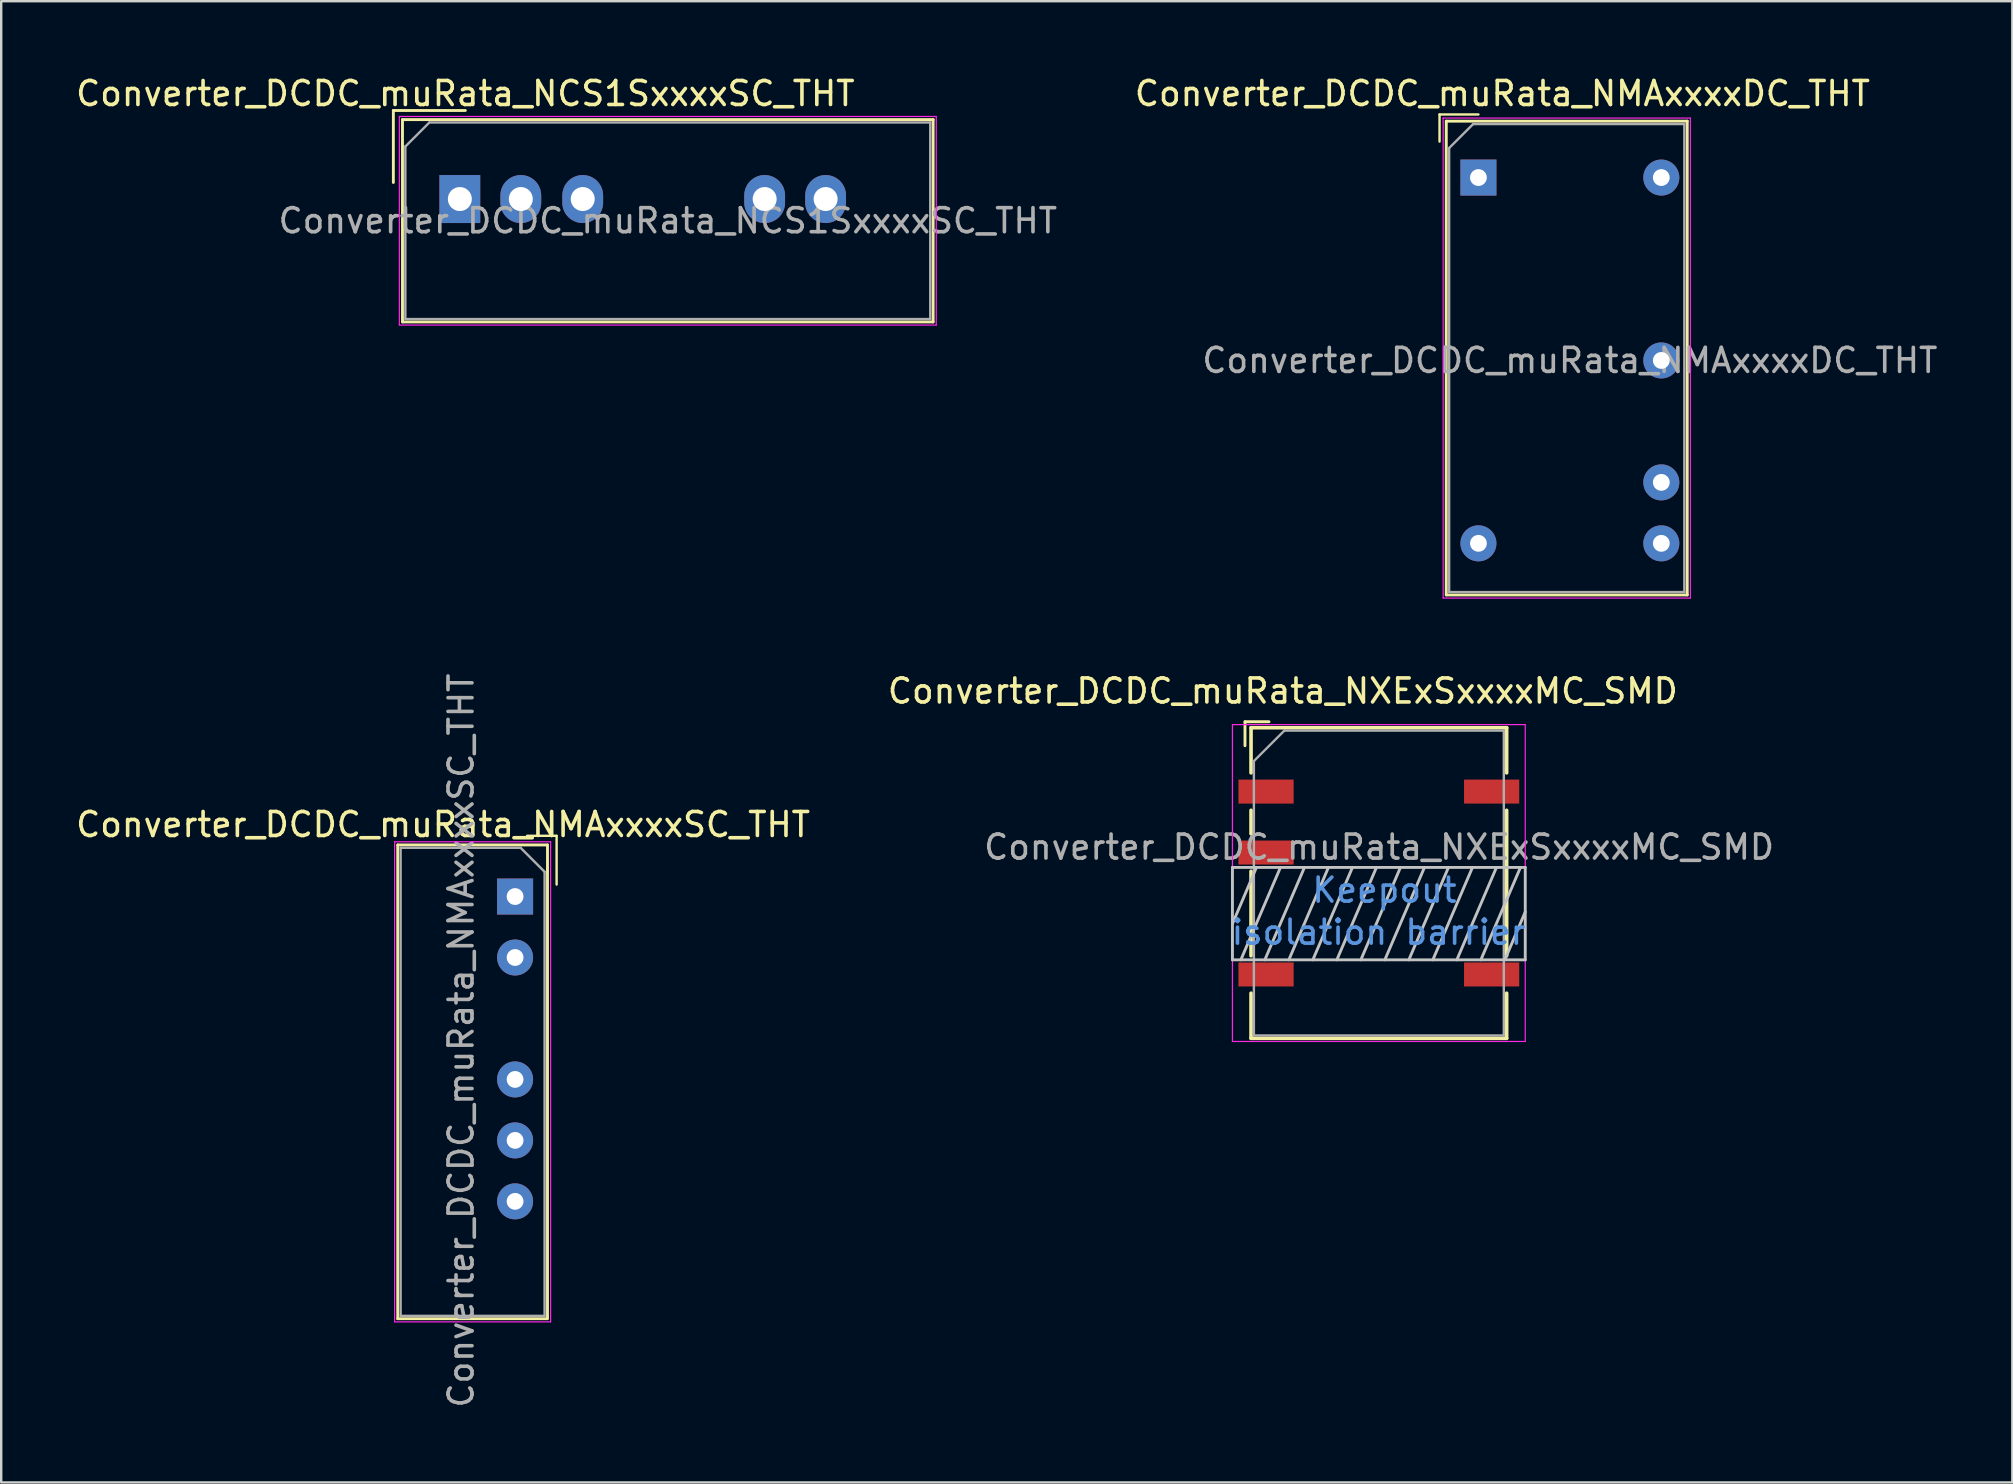
<source format=kicad_pcb>
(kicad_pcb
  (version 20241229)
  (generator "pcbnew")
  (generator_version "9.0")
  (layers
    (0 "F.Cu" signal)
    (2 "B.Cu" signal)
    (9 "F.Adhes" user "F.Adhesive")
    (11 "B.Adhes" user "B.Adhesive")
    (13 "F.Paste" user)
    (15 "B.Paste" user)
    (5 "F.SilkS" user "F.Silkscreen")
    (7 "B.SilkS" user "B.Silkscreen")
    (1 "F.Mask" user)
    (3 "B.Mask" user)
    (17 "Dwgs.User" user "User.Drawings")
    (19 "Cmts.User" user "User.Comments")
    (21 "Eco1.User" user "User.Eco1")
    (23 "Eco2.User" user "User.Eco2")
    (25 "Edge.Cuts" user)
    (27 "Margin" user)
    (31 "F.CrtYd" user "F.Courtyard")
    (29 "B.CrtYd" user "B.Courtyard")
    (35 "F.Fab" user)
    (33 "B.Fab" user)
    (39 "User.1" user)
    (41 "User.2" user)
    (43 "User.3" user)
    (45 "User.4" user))
  (footprint "Converter_DCDC_muRata_NMAxxxxDC_THT"
    (layer "F.Cu")
    (at 58.548 4.348)
    (property "Reference" "Converter_DCDC_muRata_NMAxxxxDC_THT" (at 1 -3.5 0) (layer "F.SilkS") (effects (font (size 1 1) (thickness 0.15))))
    (fp_line (start -1.62 -2.63) (end -1.62 -1.5) (stroke (width 0.1) (type solid)) (layer "F.SilkS"))
    (fp_line (start -1.34 -2.35) (end -1.34 17.39) (stroke (width 0.12) (type solid)) (layer "F.SilkS"))
    (fp_line (start -1.34 -2.35) (end 8.7 -2.35) (stroke (width 0.12) (type solid)) (layer "F.SilkS"))
    (fp_line (start -1.34 17.39) (end 8.7 17.39) (stroke (width 0.12) (type solid)) (layer "F.SilkS"))
    (fp_line (start 0 -2.63) (end -1.62 -2.63) (stroke (width 0.1) (type solid)) (layer "F.SilkS"))
    (fp_line (start 8.7 17.39) (end 8.7 -2.35) (stroke (width 0.12) (type solid)) (layer "F.SilkS"))
    (fp_line (start -1.47 -2.48) (end -1.47 17.52) (stroke (width 0.05) (type solid)) (layer "F.CrtYd"))
    (fp_line (start -1.47 17.52) (end 8.83 17.52) (stroke (width 0.05) (type solid)) (layer "F.CrtYd"))
    (fp_line (start 8.83 -2.48) (end -1.47 -2.48) (stroke (width 0.05) (type solid)) (layer "F.CrtYd"))
    (fp_line (start 8.83 17.52) (end 8.83 -2.48) (stroke (width 0.05) (type solid)) (layer "F.CrtYd"))
    (fp_line (start -1.22 17.27) (end -1.22 -1.23) (stroke (width 0.1) (type solid)) (layer "F.Fab"))
    (fp_line (start -0.22 -2.23) (end -1.22 -1.23) (stroke (width 0.1) (type solid)) (layer "F.Fab"))
    (fp_line (start -0.22 -2.23) (end 8.58 -2.23) (stroke (width 0.1) (type solid)) (layer "F.Fab"))
    (fp_line (start 8.58 -2.23) (end 8.58 17.27) (stroke (width 0.1) (type solid)) (layer "F.Fab"))
    (fp_line (start 8.58 17.27) (end -1.22 17.27) (stroke (width 0.1) (type solid)) (layer "F.Fab"))
    (fp_text user "${REFERENCE}" (at 3.81 7.62 0) (layer "F.Fab") (effects (font (size 1 1) (thickness 0.15))))
    (pad "1" thru_hole rect (at 0 0) (size 1.5 1.5) (drill 0.7) (layers "*.Cu" "*.Mask"))
    (pad "7" thru_hole oval (at 0 15.24) (size 1.5 1.5) (drill 0.7) (layers "*.Cu" "*.Mask"))
    (pad "8" thru_hole oval (at 7.62 15.24) (size 1.5 1.5) (drill 0.7) (layers "*.Cu" "*.Mask"))
    (pad "9" thru_hole oval (at 7.62 12.7) (size 1.5 1.5) (drill 0.7) (layers "*.Cu" "*.Mask"))
    (pad "11" thru_hole oval (at 7.62 7.62) (size 1.5 1.5) (drill 0.7) (layers "*.Cu" "*.Mask"))
    (pad "14" thru_hole oval (at 7.62 0) (size 1.5 1.5) (drill 0.7) (layers "*.Cu" "*.Mask")))
  (footprint "Converter_DCDC_muRata_NXExSxxxxMC_SMD"
    (layer "F.Cu")
    (at 54.399 35.011)
    (property "Reference" "Converter_DCDC_muRata_NXExSxxxxMC_SMD" (at -4 -9.27 0) (layer "F.SilkS") (effects (font (size 1 1) (thickness 0.15))))
    (attr smd)
    (fp_line (start -5.577 -7.99) (end -5.577 -6.99) (stroke (width 0.12) (type solid)) (layer "F.SilkS"))
    (fp_line (start -5.325 -7.74) (end 5.325 -7.74) (stroke (width 0.15) (type solid)) (layer "F.SilkS"))
    (fp_line (start -5.325 -5.86) (end -5.325 -7.74) (stroke (width 0.15) (type solid)) (layer "F.SilkS"))
    (fp_line (start -5.325 -3.32) (end -5.325 -4.3) (stroke (width 0.15) (type solid)) (layer "F.SilkS"))
    (fp_line (start -5.325 1.76) (end -5.325 -1.76) (stroke (width 0.15) (type solid)) (layer "F.SilkS"))
    (fp_line (start -5.325 5.2) (end -5.325 3.32) (stroke (width 0.15) (type solid)) (layer "F.SilkS"))
    (fp_line (start -4.577 -7.99) (end -5.577 -7.99) (stroke (width 0.12) (type solid)) (layer "F.SilkS"))
    (fp_line (start 5.325 -7.74) (end 5.325 -5.86) (stroke (width 0.15) (type solid)) (layer "F.SilkS"))
    (fp_line (start 5.325 -4.3) (end 5.325 1.76) (stroke (width 0.15) (type solid)) (layer "F.SilkS"))
    (fp_line (start 5.325 3.32) (end 5.325 5.2) (stroke (width 0.15) (type solid)) (layer "F.SilkS"))
    (fp_line (start 5.325 5.2) (end -5.325 5.2) (stroke (width 0.15) (type solid)) (layer "F.SilkS"))
    (fp_line (start -6.1 -1.92) (end 6.1 -1.92) (stroke (width 0.12) (type solid)) (layer "Dwgs.User"))
    (fp_line (start -6.1 0.427) (end -5.1 -1.92) (stroke (width 0.12) (type solid)) (layer "Dwgs.User"))
    (fp_line (start -6.1 1.93) (end -6.1 -1.92) (stroke (width 0.12) (type solid)) (layer "Dwgs.User"))
    (fp_line (start -5.75 1.93) (end -4.1 -1.92) (stroke (width 0.12) (type solid)) (layer "Dwgs.User"))
    (fp_line (start -4.75 1.93) (end -3.1 -1.92) (stroke (width 0.12) (type solid)) (layer "Dwgs.User"))
    (fp_line (start -3.75 1.93) (end -2.1 -1.92) (stroke (width 0.12) (type solid)) (layer "Dwgs.User"))
    (fp_line (start -2.75 1.93) (end -1.1 -1.92) (stroke (width 0.12) (type solid)) (layer "Dwgs.User"))
    (fp_line (start -1.75 1.93) (end -0.1 -1.92) (stroke (width 0.12) (type solid)) (layer "Dwgs.User"))
    (fp_line (start -0.75 1.93) (end 0.9 -1.92) (stroke (width 0.12) (type solid)) (layer "Dwgs.User"))
    (fp_line (start 0.25 1.93) (end 1.9 -1.92) (stroke (width 0.12) (type solid)) (layer "Dwgs.User"))
    (fp_line (start 1.25 1.93) (end 2.9 -1.92) (stroke (width 0.12) (type solid)) (layer "Dwgs.User"))
    (fp_line (start 2.25 1.93) (end 3.9 -1.92) (stroke (width 0.12) (type solid)) (layer "Dwgs.User"))
    (fp_line (start 3.25 1.93) (end 4.9 -1.92) (stroke (width 0.12) (type solid)) (layer "Dwgs.User"))
    (fp_line (start 4.25 1.93) (end 5.9 -1.92) (stroke (width 0.12) (type solid)) (layer "Dwgs.User"))
    (fp_line (start 5.25 1.93) (end 6.1 -0.067) (stroke (width 0.12) (type solid)) (layer "Dwgs.User"))
    (fp_line (start 6.1 -1.92) (end 6.1 1.93) (stroke (width 0.12) (type solid)) (layer "Dwgs.User"))
    (fp_line (start 6.1 1.93) (end -6.1 1.93) (stroke (width 0.12) (type solid)) (layer "Dwgs.User"))
    (fp_line (start -6.1 5.33) (end -6.1 -7.87) (stroke (width 0.05) (type solid)) (layer "F.CrtYd"))
    (fp_line (start 6.1 -7.87) (end -6.1 -7.87) (stroke (width 0.05) (type solid)) (layer "F.CrtYd"))
    (fp_line (start 6.1 -7.87) (end 6.1 5.33) (stroke (width 0.05) (type solid)) (layer "F.CrtYd"))
    (fp_line (start 6.1 5.33) (end -6.1 5.33) (stroke (width 0.05) (type solid)) (layer "F.CrtYd"))
    (fp_line (start -5.207 5.08) (end -5.207 -6.35) (stroke (width 0.1) (type solid)) (layer "F.Fab"))
    (fp_line (start -3.937 -7.62) (end -5.207 -6.35) (stroke (width 0.1) (type solid)) (layer "F.Fab"))
    (fp_line (start -3.937 -7.62) (end 5.207 -7.62) (stroke (width 0.1) (type solid)) (layer "F.Fab"))
    (fp_line (start 5.207 -7.62) (end 5.207 5.08) (stroke (width 0.1) (type solid)) (layer "F.Fab"))
    (fp_line (start 5.207 5.08) (end -5.207 5.08) (stroke (width 0.1) (type solid)) (layer "F.Fab"))
    (fp_text user "isolation barrier" (at -0.01 0.78 0) (layer "Cmts.User") (effects (font (size 1 1) (thickness 0.15))))
    (fp_text user "Keepout" (at 0.234 -0.973 0) (layer "Cmts.User") (effects (font (size 1 1) (thickness 0.15))))
    (fp_text user "${REFERENCE}" (at 0.01 -2.766 0) (layer "F.Fab") (effects (font (size 1 1) (thickness 0.15))))
    (pad "1" smd rect (at -4.7 -5.08) (size 2.3 1) (layers "F.Cu" "F.Mask" "F.Paste"))
    (pad "3" smd rect (at -4.7 -2.54) (size 2.3 1) (layers "F.Cu" "F.Mask" "F.Paste"))
    (pad "7" smd rect (at -4.7 2.54) (size 2.3 1) (layers "F.Cu" "F.Mask" "F.Paste"))
    (pad "8" smd rect (at 4.7 2.54) (size 2.3 1) (layers "F.Cu" "F.Mask" "F.Paste"))
    (pad "14" smd rect (at 4.7 -5.08) (size 2.3 1) (layers "F.Cu" "F.Mask" "F.Paste")))
  (footprint "Converter_DCDC_muRata_NMAxxxxSC_THT"
    (layer "F.Cu")
    (at 18.411 34.304)
    (property "Reference" "Converter_DCDC_muRata_NMAxxxxSC_THT" (at -3 -3 0) (layer "F.SilkS") (effects (font (size 1 1) (thickness 0.15))))
    (fp_line (start -4.89 -2.15) (end -4.89 17.59) (stroke (width 0.12) (type solid)) (layer "F.SilkS"))
    (fp_line (start -4.89 17.59) (end 1.33 17.59) (stroke (width 0.12) (type solid)) (layer "F.SilkS"))
    (fp_line (start 1.35 -2.15) (end -4.89 -2.15) (stroke (width 0.12) (type solid)) (layer "F.SilkS"))
    (fp_line (start 1.35 17.59) (end 1.35 -2.15) (stroke (width 0.12) (type solid)) (layer "F.SilkS"))
    (fp_line (start 1.73 -2.53) (end 0.5 -2.53) (stroke (width 0.1) (type solid)) (layer "F.SilkS"))
    (fp_line (start 1.73 -2.53) (end 1.73 -0.5) (stroke (width 0.1) (type solid)) (layer "F.SilkS"))
    (fp_line (start -5.02 -2.28) (end -5.02 17.72) (stroke (width 0.05) (type solid)) (layer "F.CrtYd"))
    (fp_line (start -5.02 17.72) (end 1.48 17.72) (stroke (width 0.05) (type solid)) (layer "F.CrtYd"))
    (fp_line (start 1.48 -2.28) (end -5.02 -2.28) (stroke (width 0.05) (type solid)) (layer "F.CrtYd"))
    (fp_line (start 1.48 17.72) (end 1.48 -2.28) (stroke (width 0.05) (type solid)) (layer "F.CrtYd"))
    (fp_line (start -4.77 -2.03) (end -4.77 17.47) (stroke (width 0.1) (type solid)) (layer "F.Fab"))
    (fp_line (start -4.77 17.47) (end 1.23 17.47) (stroke (width 0.1) (type solid)) (layer "F.Fab"))
    (fp_line (start 0.23 -2.03) (end -4.77 -2.03) (stroke (width 0.1) (type solid)) (layer "F.Fab"))
    (fp_line (start 0.23 -2.03) (end 1.23 -1.03) (stroke (width 0.1) (type solid)) (layer "F.Fab"))
    (fp_line (start 1.23 17.47) (end 1.23 -1.03) (stroke (width 0.1) (type solid)) (layer "F.Fab"))
    (fp_text user "${REFERENCE}" (at -2.25 6 90) (layer "F.Fab") (effects (font (size 1 1) (thickness 0.15))))
    (pad "1" thru_hole rect (at 0 0) (size 1.5 1.5) (drill 0.7) (layers "*.Cu" "*.Mask"))
    (pad "2" thru_hole oval (at 0 2.54) (size 1.5 1.5) (drill 0.7) (layers "*.Cu" "*.Mask"))
    (pad "4" thru_hole oval (at 0 7.62) (size 1.5 1.5) (drill 0.7) (layers "*.Cu" "*.Mask"))
    (pad "5" thru_hole oval (at 0 10.16) (size 1.5 1.5) (drill 0.7) (layers "*.Cu" "*.Mask"))
    (pad "6" thru_hole oval (at 0 12.7) (size 1.5 1.5) (drill 0.7) (layers "*.Cu" "*.Mask")))
  (footprint "Converter_DCDC_muRata_NCS1SxxxxSC_THT"
    (layer "F.Cu")
    (at 16.109 5.243)
    (property "Reference" "Converter_DCDC_muRata_NCS1SxxxxSC_THT" (at 0.23 -4.395 0) (layer "F.SilkS") (effects (font (size 1 1) (thickness 0.15))))
    (fp_line (start -2.77 -3.69) (end 0.23 -3.69) (stroke (width 0.12) (type solid)) (layer "F.SilkS"))
    (fp_line (start -2.77 -0.69) (end -2.77 -3.69) (stroke (width 0.12) (type solid)) (layer "F.SilkS"))
    (fp_line (start -2.39 -3.31) (end -2.39 5.12) (stroke (width 0.12) (type solid)) (layer "F.SilkS"))
    (fp_line (start -2.39 -3.31) (end 19.72 -3.31) (stroke (width 0.12) (type solid)) (layer "F.SilkS"))
    (fp_line (start -2.39 5.12) (end 19.72 5.12) (stroke (width 0.12) (type solid)) (layer "F.SilkS"))
    (fp_line (start 19.72 -3.31) (end 19.72 5.12) (stroke (width 0.12) (type solid)) (layer "F.SilkS"))
    (fp_line (start -2.52 -3.44) (end -2.52 5.25) (stroke (width 0.05) (type solid)) (layer "F.CrtYd"))
    (fp_line (start -2.52 -3.44) (end 19.85 -3.44) (stroke (width 0.05) (type solid)) (layer "F.CrtYd"))
    (fp_line (start -2.52 5.25) (end 19.85 5.25) (stroke (width 0.05) (type solid)) (layer "F.CrtYd"))
    (fp_line (start 19.85 -3.44) (end 19.85 5.25) (stroke (width 0.05) (type solid)) (layer "F.CrtYd"))
    (fp_line (start -2.27 -2.19) (end -1.27 -3.19) (stroke (width 0.1) (type solid)) (layer "F.Fab"))
    (fp_line (start -2.27 5) (end -2.27 -2.19) (stroke (width 0.1) (type solid)) (layer "F.Fab"))
    (fp_line (start -1.27 -3.19) (end 19.6 -3.19) (stroke (width 0.1) (type solid)) (layer "F.Fab"))
    (fp_line (start 19.6 -3.19) (end 19.6 5) (stroke (width 0.1) (type solid)) (layer "F.Fab"))
    (fp_line (start 19.6 5) (end -2.27 5) (stroke (width 0.1) (type solid)) (layer "F.Fab"))
    (fp_text user "${REFERENCE}" (at 8.665 0.905 0) (layer "F.Fab") (effects (font (size 1 1) (thickness 0.15))))
    (pad "1" thru_hole rect (at 0 0) (size 1.7 2) (drill 1) (layers "*.Cu" "*.Mask"))
    (pad "2" thru_hole oval (at 2.54 0) (size 1.7 2) (drill 1) (layers "*.Cu" "*.Mask"))
    (pad "3" thru_hole oval (at 5.12 0) (size 1.7 2) (drill 1) (layers "*.Cu" "*.Mask"))
    (pad "6" thru_hole oval (at 12.7 0) (size 1.7 2) (drill 1) (layers "*.Cu" "*.Mask"))
    (pad "7" thru_hole oval (at 15.24 0) (size 1.7 2) (drill 1) (layers "*.Cu" "*.Mask")))
  (gr_rect
    (start -3 -3)
    (end 80.793 58.715)
    (stroke (width 0.1) (type default))
    (fill no)
    (layer "Edge.Cuts")))
</source>
